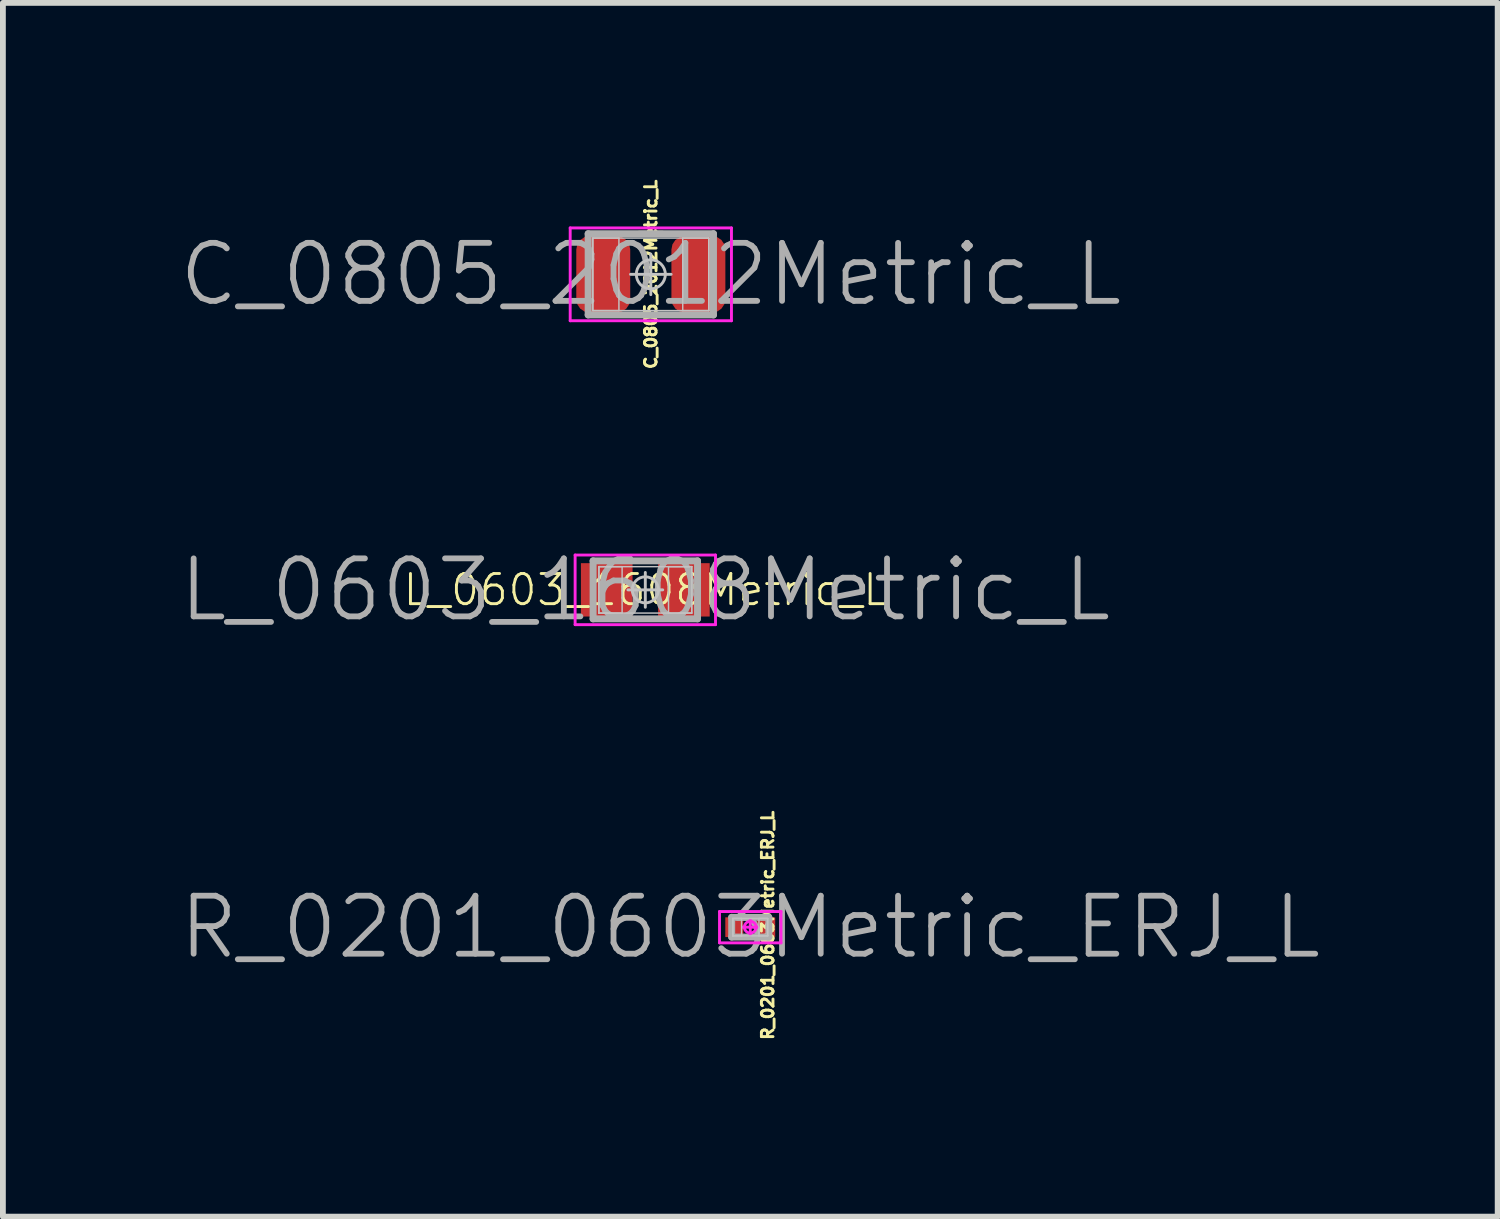
<source format=kicad_pcb>
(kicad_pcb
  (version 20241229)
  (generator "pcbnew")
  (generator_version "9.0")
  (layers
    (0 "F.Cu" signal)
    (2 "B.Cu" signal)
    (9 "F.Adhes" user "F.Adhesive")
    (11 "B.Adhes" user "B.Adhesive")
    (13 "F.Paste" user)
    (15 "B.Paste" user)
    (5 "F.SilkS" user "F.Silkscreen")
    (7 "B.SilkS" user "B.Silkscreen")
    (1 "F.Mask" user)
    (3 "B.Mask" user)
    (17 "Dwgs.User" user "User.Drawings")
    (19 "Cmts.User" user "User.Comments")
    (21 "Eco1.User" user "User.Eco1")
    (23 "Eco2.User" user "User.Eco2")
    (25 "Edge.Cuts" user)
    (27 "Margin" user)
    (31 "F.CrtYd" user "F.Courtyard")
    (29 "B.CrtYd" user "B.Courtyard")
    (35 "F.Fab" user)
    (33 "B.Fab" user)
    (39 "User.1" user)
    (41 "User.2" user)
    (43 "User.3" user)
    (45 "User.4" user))
  (footprint "L_0603_1608Metric_L"
    (layer "F.Cu")
    (at 8.074 7.118)
    (property "Reference" "L_0603_1608Metric_L" (at 0 0 180) (layer "F.Fab") (effects (font (size 1 1) (thickness 0.1))))
    (attr smd)
    (fp_line (start -0.8 -0.4) (end -0.4 -0.4) (stroke (width 0.025) (type solid)) (layer "Dwgs.User"))
    (fp_line (start -0.8 -0.4) (end 0.8 -0.4) (stroke (width 0.025) (type solid)) (layer "Dwgs.User"))
    (fp_line (start -0.8 0.4) (end -0.8 -0.4) (stroke (width 0.025) (type solid)) (layer "Dwgs.User"))
    (fp_line (start -0.8 0.4) (end -0.8 -0.4) (stroke (width 0.025) (type solid)) (layer "Dwgs.User"))
    (fp_line (start -0.4 -0.4) (end -0.4 0.4) (stroke (width 0.025) (type solid)) (layer "Dwgs.User"))
    (fp_line (start -0.4 0.4) (end -0.8 0.4) (stroke (width 0.025) (type solid)) (layer "Dwgs.User"))
    (fp_line (start 0 -0.3) (end 0 0.3) (stroke (width 0.05) (type solid)) (layer "Dwgs.User"))
    (fp_line (start 0.3 0) (end -0.3 0) (stroke (width 0.05) (type solid)) (layer "Dwgs.User"))
    (fp_line (start 0.4 -0.4) (end 0.8 -0.4) (stroke (width 0.025) (type solid)) (layer "Dwgs.User"))
    (fp_line (start 0.4 0.4) (end 0.4 -0.4) (stroke (width 0.025) (type solid)) (layer "Dwgs.User"))
    (fp_line (start 0.8 -0.4) (end 0.8 0.4) (stroke (width 0.025) (type solid)) (layer "Dwgs.User"))
    (fp_line (start 0.8 -0.4) (end 0.8 0.4) (stroke (width 0.025) (type solid)) (layer "Dwgs.User"))
    (fp_line (start 0.8 0.4) (end -0.8 0.4) (stroke (width 0.025) (type solid)) (layer "Dwgs.User"))
    (fp_line (start 0.8 0.4) (end 0.4 0.4) (stroke (width 0.025) (type solid)) (layer "Dwgs.User"))
    (fp_circle (center 0 0) (end 0.225 0) (stroke (width 0.05) (type solid)) (fill no) (layer "Dwgs.User"))
    (fp_line (start -1.21 -0.6) (end 1.21 -0.6) (stroke (width 0.05) (type solid)) (layer "F.CrtYd"))
    (fp_line (start -1.21 0.6) (end -1.21 -0.6) (stroke (width 0.05) (type solid)) (layer "F.CrtYd"))
    (fp_line (start 1.21 -0.6) (end 1.21 0.6) (stroke (width 0.05) (type solid)) (layer "F.CrtYd"))
    (fp_line (start 1.21 0.6) (end -1.21 0.6) (stroke (width 0.05) (type solid)) (layer "F.CrtYd"))
    (fp_line (start -0.9 -0.5) (end 0.9 -0.5) (stroke (width 0.12) (type solid)) (layer "F.Fab"))
    (fp_line (start -0.9 0.5) (end -0.9 -0.5) (stroke (width 0.12) (type solid)) (layer "F.Fab"))
    (fp_line (start 0.9 -0.5) (end 0.9 0.5) (stroke (width 0.12) (type solid)) (layer "F.Fab"))
    (fp_line (start 0.9 0.5) (end -0.9 0.5) (stroke (width 0.12) (type solid)) (layer "F.Fab"))
    (fp_text user "${REFERENCE}" (at 0 0 180) (layer "F.SilkS") (effects (font (size 0.52 0.52) (thickness 0.05))))
    (pad "1" smd rect (at -0.665 0) (size 0.89 0.92) (layers "F.Cu" "F.Mask" "F.Paste"))
    (pad "2" smd rect (at 0.665 0) (size 0.89 0.92) (layers "F.Cu" "F.Mask" "F.Paste")))
  (footprint "R_0201_0603Metric_ERJ_L"
    (layer "F.Cu")
    (at 9.883 12.933)
    (property "Reference" "R_0201_0603Metric_ERJ_L" (at 0 0 0) (layer "F.Fab") (effects (font (size 1 1) (thickness 0.1))))
    (attr smd)
    (fp_line (start -0.3 -0.15) (end -0.15 -0.15) (stroke (width 0.025) (type solid)) (layer "Dwgs.User"))
    (fp_line (start -0.3 -0.15) (end 0.3 -0.15) (stroke (width 0.025) (type solid)) (layer "Dwgs.User"))
    (fp_line (start -0.3 0.15) (end -0.3 -0.15) (stroke (width 0.025) (type solid)) (layer "Dwgs.User"))
    (fp_line (start -0.3 0.15) (end -0.3 -0.15) (stroke (width 0.025) (type solid)) (layer "Dwgs.User"))
    (fp_line (start -0.15 -0.15) (end -0.15 0.15) (stroke (width 0.025) (type solid)) (layer "Dwgs.User"))
    (fp_line (start -0.15 0.15) (end -0.3 0.15) (stroke (width 0.025) (type solid)) (layer "Dwgs.User"))
    (fp_line (start 0.15 -0.15) (end 0.3 -0.15) (stroke (width 0.025) (type solid)) (layer "Dwgs.User"))
    (fp_line (start 0.15 0.15) (end 0.15 -0.15) (stroke (width 0.025) (type solid)) (layer "Dwgs.User"))
    (fp_line (start 0.3 -0.15) (end 0.3 0.15) (stroke (width 0.025) (type solid)) (layer "Dwgs.User"))
    (fp_line (start 0.3 -0.15) (end 0.3 0.15) (stroke (width 0.025) (type solid)) (layer "Dwgs.User"))
    (fp_line (start 0.3 0.15) (end -0.3 0.15) (stroke (width 0.025) (type solid)) (layer "Dwgs.User"))
    (fp_line (start 0.3 0.15) (end 0.15 0.15) (stroke (width 0.025) (type solid)) (layer "Dwgs.User"))
    (fp_line (start -0.53 -0.27) (end 0.53 -0.27) (stroke (width 0.05) (type solid)) (layer "F.CrtYd"))
    (fp_line (start -0.53 0.27) (end -0.53 -0.27) (stroke (width 0.05) (type solid)) (layer "F.CrtYd"))
    (fp_line (start 0 -0.135) (end 0 0.135) (stroke (width 0.05) (type solid)) (layer "F.CrtYd"))
    (fp_line (start 0.135 0) (end -0.135 0) (stroke (width 0.05) (type solid)) (layer "F.CrtYd"))
    (fp_line (start 0.53 -0.27) (end 0.53 0.27) (stroke (width 0.05) (type solid)) (layer "F.CrtYd"))
    (fp_line (start 0.53 0.27) (end -0.53 0.27) (stroke (width 0.05) (type solid)) (layer "F.CrtYd"))
    (fp_circle (center 0 0) (end 0 0.101) (stroke (width 0.05) (type solid)) (fill no) (layer "F.CrtYd"))
    (fp_line (start -0.32 -0.17) (end 0.32 -0.17) (stroke (width 0.12) (type solid)) (layer "F.Fab"))
    (fp_line (start -0.32 0.17) (end -0.32 -0.17) (stroke (width 0.12) (type solid)) (layer "F.Fab"))
    (fp_line (start 0.32 -0.17) (end 0.32 0.17) (stroke (width 0.12) (type solid)) (layer "F.Fab"))
    (fp_line (start 0.32 0.17) (end -0.32 0.17) (stroke (width 0.12) (type solid)) (layer "F.Fab"))
    (fp_text user "${REFERENCE}" (at 0.302 -0.033 270) (layer "F.SilkS") (effects (font (size 0.2 0.2) (thickness 0.05))))
    (pad "1" smd rect (at -0.275 0) (size 0.31 0.34) (layers "F.Cu" "F.Mask" "F.Paste"))
    (pad "2" smd rect (at 0.275 0) (size 0.31 0.34) (layers "F.Cu" "F.Mask" "F.Paste")))
  (footprint "C_0805_2012Metric_L"
    (layer "F.Cu")
    (at 8.169 1.679)
    (property "Reference" "C_0805_2012Metric_L" (at 0 0 0) (layer "F.Fab") (effects (font (size 1 1) (thickness 0.1))))
    (attr smd)
    (fp_line (start -0.205 -0.7) (end 0.205 -0.7) (stroke (width 0.1) (type solid)) (layer "F.SilkS"))
    (fp_line (start -0.205 0.7) (end 0.205 0.7) (stroke (width 0.1) (type solid)) (layer "F.SilkS"))
    (fp_line (start -1 -0.625) (end -0.55 -0.625) (stroke (width 0.025) (type solid)) (layer "Dwgs.User"))
    (fp_line (start -1 -0.625) (end 1 -0.625) (stroke (width 0.025) (type solid)) (layer "Dwgs.User"))
    (fp_line (start -1 0.625) (end -1 -0.625) (stroke (width 0.025) (type solid)) (layer "Dwgs.User"))
    (fp_line (start -1 0.625) (end -1 -0.625) (stroke (width 0.025) (type solid)) (layer "Dwgs.User"))
    (fp_line (start -0.55 -0.625) (end -0.55 0.625) (stroke (width 0.025) (type solid)) (layer "Dwgs.User"))
    (fp_line (start -0.55 0.625) (end -1 0.625) (stroke (width 0.025) (type solid)) (layer "Dwgs.User"))
    (fp_line (start 0 -0.35) (end 0 0.35) (stroke (width 0.05) (type solid)) (layer "Dwgs.User"))
    (fp_line (start 0.35 0) (end -0.35 0) (stroke (width 0.05) (type solid)) (layer "Dwgs.User"))
    (fp_line (start 0.55 -0.625) (end 1 -0.625) (stroke (width 0.025) (type solid)) (layer "Dwgs.User"))
    (fp_line (start 0.55 0.625) (end 0.55 -0.625) (stroke (width 0.025) (type solid)) (layer "Dwgs.User"))
    (fp_line (start 1 -0.625) (end 1 0.625) (stroke (width 0.025) (type solid)) (layer "Dwgs.User"))
    (fp_line (start 1 -0.625) (end 1 0.625) (stroke (width 0.025) (type solid)) (layer "Dwgs.User"))
    (fp_line (start 1 0.625) (end -1 0.625) (stroke (width 0.025) (type solid)) (layer "Dwgs.User"))
    (fp_line (start 1 0.625) (end 0.55 0.625) (stroke (width 0.025) (type solid)) (layer "Dwgs.User"))
    (fp_circle (center 0 0) (end 0.25 0) (stroke (width 0.05) (type solid)) (fill no) (layer "Dwgs.User"))
    (fp_line (start -1.39 -0.8) (end 1.39 -0.8) (stroke (width 0.05) (type solid)) (layer "F.CrtYd"))
    (fp_line (start -1.39 0.8) (end -1.39 -0.8) (stroke (width 0.05) (type solid)) (layer "F.CrtYd"))
    (fp_line (start 1.39 -0.8) (end 1.39 0.8) (stroke (width 0.05) (type solid)) (layer "F.CrtYd"))
    (fp_line (start 1.39 0.8) (end -1.39 0.8) (stroke (width 0.05) (type solid)) (layer "F.CrtYd"))
    (fp_line (start -1.08 -0.7) (end 1.08 -0.7) (stroke (width 0.12) (type solid)) (layer "F.Fab"))
    (fp_line (start -1.08 0.7) (end -1.08 -0.7) (stroke (width 0.12) (type solid)) (layer "F.Fab"))
    (fp_line (start 1.08 -0.7) (end 1.08 0.7) (stroke (width 0.12) (type solid)) (layer "F.Fab"))
    (fp_line (start 1.08 0.7) (end -1.08 0.7) (stroke (width 0.12) (type solid)) (layer "F.Fab"))
    (fp_text user "${REFERENCE}" (at 0 0 90) (layer "F.SilkS") (effects (font (size 0.2 0.2) (thickness 0.05))))
    (pad "1" smd roundrect (at -0.82 0) (size 0.93 1.32) (layers "F.Cu" "F.Mask" "F.Paste") (roundrect_rratio 0.25))
    (pad "2" smd roundrect (at 0.82 0) (size 0.93 1.32) (layers "F.Cu" "F.Mask" "F.Paste") (roundrect_rratio 0.25)))
  (gr_rect
    (start -3 -3)
    (end 22.767 17.922)
    (stroke (width 0.1) (type default))
    (fill no)
    (layer "Edge.Cuts")))
</source>
